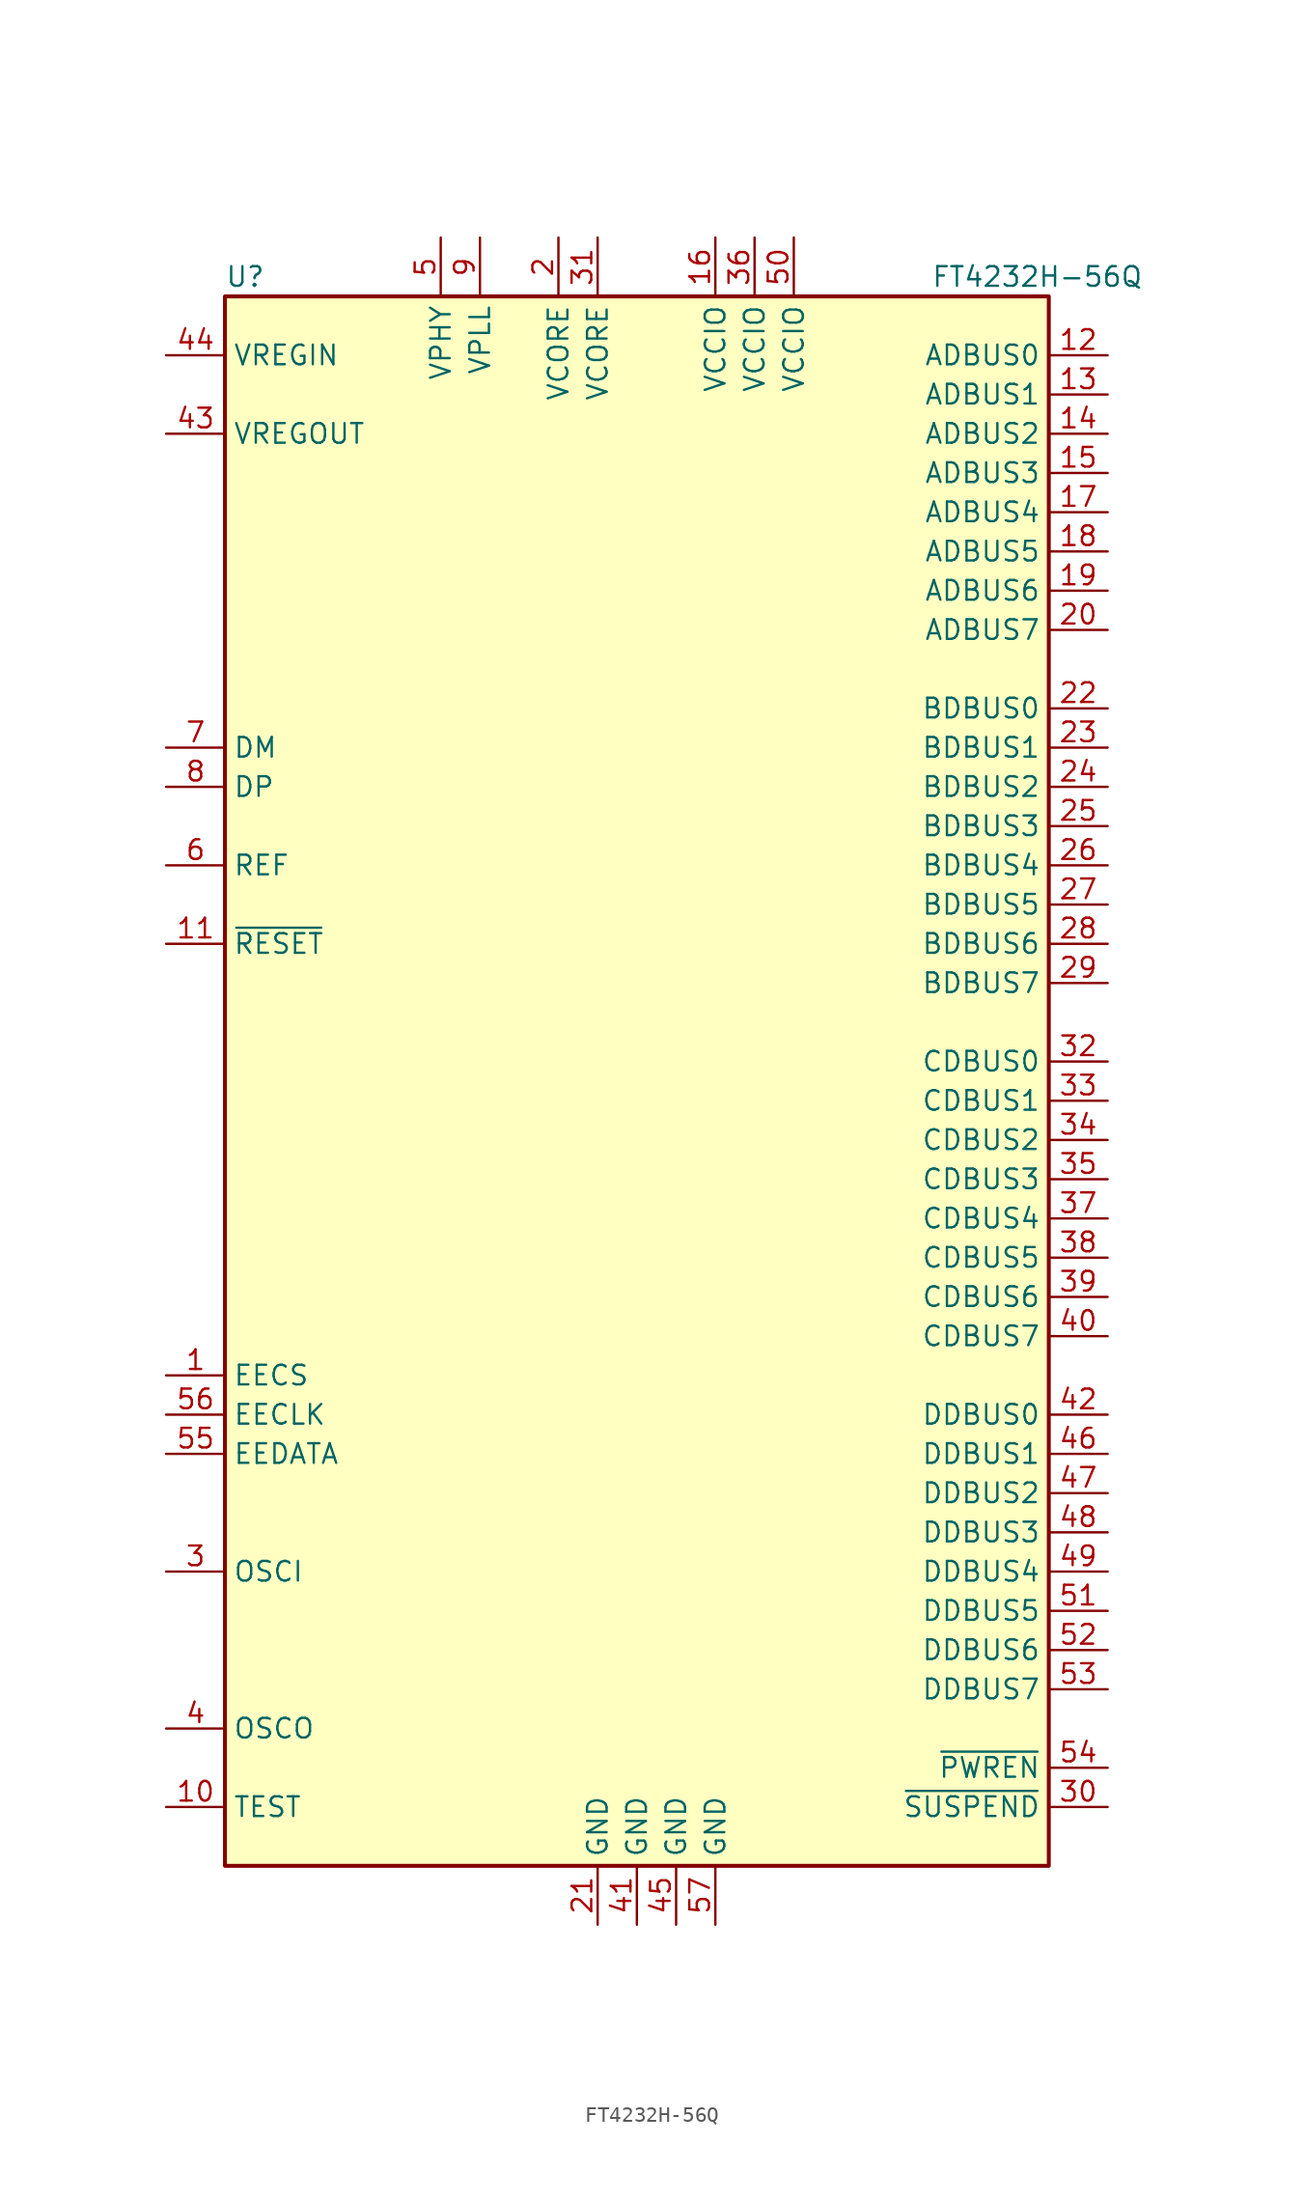
<source format=kicad_sym>
(kicad_symbol_lib
  (version 20211014)
  (generator kicad_symbol_editor)
  (symbol "FT4232H-56Q"
    (property "Reference" "U"
      (at -26.67 53.34 0)
      (effects (font (size 1.27 1.27)) (justify left)))
    (property "Value" "FT4232H-56Q"
      (at 19.05 53.34 0)
      (effects (font (size 1.27 1.27)) (justify left)))
    (symbol "FT4232H-56Q_0_1"
      (rectangle (start -26.67 -49.53) (end 26.67 52.07) (stroke (width 0.254) (type default) (color 0 0 0 0)) (fill (type background))))
    (symbol "FT4232H-56Q_1_1"
      (pin output line (at -30.48 -17.78 0) (length 3.81) (name "EECS" (effects (font (size 1.27 1.27)))) (number "1" (effects (font (size 1.27 1.27)))))
      (pin input line (at -30.48 -45.72 0) (length 3.81) (name "TEST" (effects (font (size 1.27 1.27)))) (number "10" (effects (font (size 1.27 1.27)))))
      (pin input line (at -30.48 10.16 0) (length 3.81) (name "~{RESET}" (effects (font (size 1.27 1.27)))) (number "11" (effects (font (size 1.27 1.27)))))
      (pin bidirectional line (at 30.48 48.26 180) (length 3.81) (name "ADBUS0" (effects (font (size 1.27 1.27)))) (number "12" (effects (font (size 1.27 1.27)))))
      (pin bidirectional line (at 30.48 45.72 180) (length 3.81) (name "ADBUS1" (effects (font (size 1.27 1.27)))) (number "13" (effects (font (size 1.27 1.27)))))
      (pin bidirectional line (at 30.48 43.18 180) (length 3.81) (name "ADBUS2" (effects (font (size 1.27 1.27)))) (number "14" (effects (font (size 1.27 1.27)))))
      (pin bidirectional line (at 30.48 40.64 180) (length 3.81) (name "ADBUS3" (effects (font (size 1.27 1.27)))) (number "15" (effects (font (size 1.27 1.27)))))
      (pin power_in line (at 5.08 55.88 270) (length 3.81) (name "VCCIO" (effects (font (size 1.27 1.27)))) (number "16" (effects (font (size 1.27 1.27)))))
      (pin bidirectional line (at 30.48 38.1 180) (length 3.81) (name "ADBUS4" (effects (font (size 1.27 1.27)))) (number "17" (effects (font (size 1.27 1.27)))))
      (pin bidirectional line (at 30.48 35.56 180) (length 3.81) (name "ADBUS5" (effects (font (size 1.27 1.27)))) (number "18" (effects (font (size 1.27 1.27)))))
      (pin bidirectional line (at 30.48 33.02 180) (length 3.81) (name "ADBUS6" (effects (font (size 1.27 1.27)))) (number "19" (effects (font (size 1.27 1.27)))))
      (pin power_in line (at -5.08 55.88 270) (length 3.81) (name "VCORE" (effects (font (size 1.27 1.27)))) (number "2" (effects (font (size 1.27 1.27)))))
      (pin bidirectional line (at 30.48 30.48 180) (length 3.81) (name "ADBUS7" (effects (font (size 1.27 1.27)))) (number "20" (effects (font (size 1.27 1.27)))))
      (pin power_in line (at -2.54 -53.34 90) (length 3.81) (name "GND" (effects (font (size 1.27 1.27)))) (number "21" (effects (font (size 1.27 1.27)))))
      (pin bidirectional line (at 30.48 25.4 180) (length 3.81) (name "BDBUS0" (effects (font (size 1.27 1.27)))) (number "22" (effects (font (size 1.27 1.27)))))
      (pin bidirectional line (at 30.48 22.86 180) (length 3.81) (name "BDBUS1" (effects (font (size 1.27 1.27)))) (number "23" (effects (font (size 1.27 1.27)))))
      (pin bidirectional line (at 30.48 20.32 180) (length 3.81) (name "BDBUS2" (effects (font (size 1.27 1.27)))) (number "24" (effects (font (size 1.27 1.27)))))
      (pin bidirectional line (at 30.48 17.78 180) (length 3.81) (name "BDBUS3" (effects (font (size 1.27 1.27)))) (number "25" (effects (font (size 1.27 1.27)))))
      (pin bidirectional line (at 30.48 15.24 180) (length 3.81) (name "BDBUS4" (effects (font (size 1.27 1.27)))) (number "26" (effects (font (size 1.27 1.27)))))
      (pin bidirectional line (at 30.48 12.7 180) (length 3.81) (name "BDBUS5" (effects (font (size 1.27 1.27)))) (number "27" (effects (font (size 1.27 1.27)))))
      (pin bidirectional line (at 30.48 10.16 180) (length 3.81) (name "BDBUS6" (effects (font (size 1.27 1.27)))) (number "28" (effects (font (size 1.27 1.27)))))
      (pin bidirectional line (at 30.48 7.62 180) (length 3.81) (name "BDBUS7" (effects (font (size 1.27 1.27)))) (number "29" (effects (font (size 1.27 1.27)))))
      (pin input line (at -30.48 -30.48 0) (length 3.81) (name "OSCI" (effects (font (size 1.27 1.27)))) (number "3" (effects (font (size 1.27 1.27)))))
      (pin output line (at 30.48 -45.72 180) (length 3.81) (name "~{SUSPEND}" (effects (font (size 1.27 1.27)))) (number "30" (effects (font (size 1.27 1.27)))))
      (pin power_in line (at -2.54 55.88 270) (length 3.81) (name "VCORE" (effects (font (size 1.27 1.27)))) (number "31" (effects (font (size 1.27 1.27)))))
      (pin bidirectional line (at 30.48 2.54 180) (length 3.81) (name "CDBUS0" (effects (font (size 1.27 1.27)))) (number "32" (effects (font (size 1.27 1.27)))))
      (pin bidirectional line (at 30.48 0 180) (length 3.81) (name "CDBUS1" (effects (font (size 1.27 1.27)))) (number "33" (effects (font (size 1.27 1.27)))))
      (pin bidirectional line (at 30.48 -2.54 180) (length 3.81) (name "CDBUS2" (effects (font (size 1.27 1.27)))) (number "34" (effects (font (size 1.27 1.27)))))
      (pin bidirectional line (at 30.48 -5.08 180) (length 3.81) (name "CDBUS3" (effects (font (size 1.27 1.27)))) (number "35" (effects (font (size 1.27 1.27)))))
      (pin power_in line (at 7.62 55.88 270) (length 3.81) (name "VCCIO" (effects (font (size 1.27 1.27)))) (number "36" (effects (font (size 1.27 1.27)))))
      (pin bidirectional line (at 30.48 -7.62 180) (length 3.81) (name "CDBUS4" (effects (font (size 1.27 1.27)))) (number "37" (effects (font (size 1.27 1.27)))))
      (pin bidirectional line (at 30.48 -10.16 180) (length 3.81) (name "CDBUS5" (effects (font (size 1.27 1.27)))) (number "38" (effects (font (size 1.27 1.27)))))
      (pin bidirectional line (at 30.48 -12.7 180) (length 3.81) (name "CDBUS6" (effects (font (size 1.27 1.27)))) (number "39" (effects (font (size 1.27 1.27)))))
      (pin output line (at -30.48 -40.64 0) (length 3.81) (name "OSCO" (effects (font (size 1.27 1.27)))) (number "4" (effects (font (size 1.27 1.27)))))
      (pin bidirectional line (at 30.48 -15.24 180) (length 3.81) (name "CDBUS7" (effects (font (size 1.27 1.27)))) (number "40" (effects (font (size 1.27 1.27)))))
      (pin power_in line (at 0 -53.34 90) (length 3.81) (name "GND" (effects (font (size 1.27 1.27)))) (number "41" (effects (font (size 1.27 1.27)))))
      (pin bidirectional line (at 30.48 -20.32 180) (length 3.81) (name "DDBUS0" (effects (font (size 1.27 1.27)))) (number "42" (effects (font (size 1.27 1.27)))))
      (pin power_out line (at -30.48 43.18 0) (length 3.81) (name "VREGOUT" (effects (font (size 1.27 1.27)))) (number "43" (effects (font (size 1.27 1.27)))))
      (pin power_in line (at -30.48 48.26 0) (length 3.81) (name "VREGIN" (effects (font (size 1.27 1.27)))) (number "44" (effects (font (size 1.27 1.27)))))
      (pin power_in line (at 2.54 -53.34 90) (length 3.81) (name "GND" (effects (font (size 1.27 1.27)))) (number "45" (effects (font (size 1.27 1.27)))))
      (pin bidirectional line (at 30.48 -22.86 180) (length 3.81) (name "DDBUS1" (effects (font (size 1.27 1.27)))) (number "46" (effects (font (size 1.27 1.27)))))
      (pin bidirectional line (at 30.48 -25.4 180) (length 3.81) (name "DDBUS2" (effects (font (size 1.27 1.27)))) (number "47" (effects (font (size 1.27 1.27)))))
      (pin bidirectional line (at 30.48 -27.94 180) (length 3.81) (name "DDBUS3" (effects (font (size 1.27 1.27)))) (number "48" (effects (font (size 1.27 1.27)))))
      (pin bidirectional line (at 30.48 -30.48 180) (length 3.81) (name "DDBUS4" (effects (font (size 1.27 1.27)))) (number "49" (effects (font (size 1.27 1.27)))))
      (pin power_in line (at -12.7 55.88 270) (length 3.81) (name "VPHY" (effects (font (size 1.27 1.27)))) (number "5" (effects (font (size 1.27 1.27)))))
      (pin power_in line (at 10.16 55.88 270) (length 3.81) (name "VCCIO" (effects (font (size 1.27 1.27)))) (number "50" (effects (font (size 1.27 1.27)))))
      (pin bidirectional line (at 30.48 -33.02 180) (length 3.81) (name "DDBUS5" (effects (font (size 1.27 1.27)))) (number "51" (effects (font (size 1.27 1.27)))))
      (pin bidirectional line (at 30.48 -35.56 180) (length 3.81) (name "DDBUS6" (effects (font (size 1.27 1.27)))) (number "52" (effects (font (size 1.27 1.27)))))
      (pin bidirectional line (at 30.48 -38.1 180) (length 3.81) (name "DDBUS7" (effects (font (size 1.27 1.27)))) (number "53" (effects (font (size 1.27 1.27)))))
      (pin output line (at 30.48 -43.18 180) (length 3.81) (name "~{PWREN}" (effects (font (size 1.27 1.27)))) (number "54" (effects (font (size 1.27 1.27)))))
      (pin bidirectional line (at -30.48 -22.86 0) (length 3.81) (name "EEDATA" (effects (font (size 1.27 1.27)))) (number "55" (effects (font (size 1.27 1.27)))))
      (pin output line (at -30.48 -20.32 0) (length 3.81) (name "EECLK" (effects (font (size 1.27 1.27)))) (number "56" (effects (font (size 1.27 1.27)))))
      (pin power_in line (at 5.08 -53.34 90) (length 3.81) (name "GND" (effects (font (size 1.27 1.27)))) (number "57" (effects (font (size 1.27 1.27)))))
      (pin input line (at -30.48 15.24 0) (length 3.81) (name "REF" (effects (font (size 1.27 1.27)))) (number "6" (effects (font (size 1.27 1.27)))))
      (pin bidirectional line (at -30.48 22.86 0) (length 3.81) (name "DM" (effects (font (size 1.27 1.27)))) (number "7" (effects (font (size 1.27 1.27)))))
      (pin bidirectional line (at -30.48 20.32 0) (length 3.81) (name "DP" (effects (font (size 1.27 1.27)))) (number "8" (effects (font (size 1.27 1.27)))))
      (pin power_in line (at -10.16 55.88 270) (length 3.81) (name "VPLL" (effects (font (size 1.27 1.27)))) (number "9" (effects (font (size 1.27 1.27))))))))
</source>
